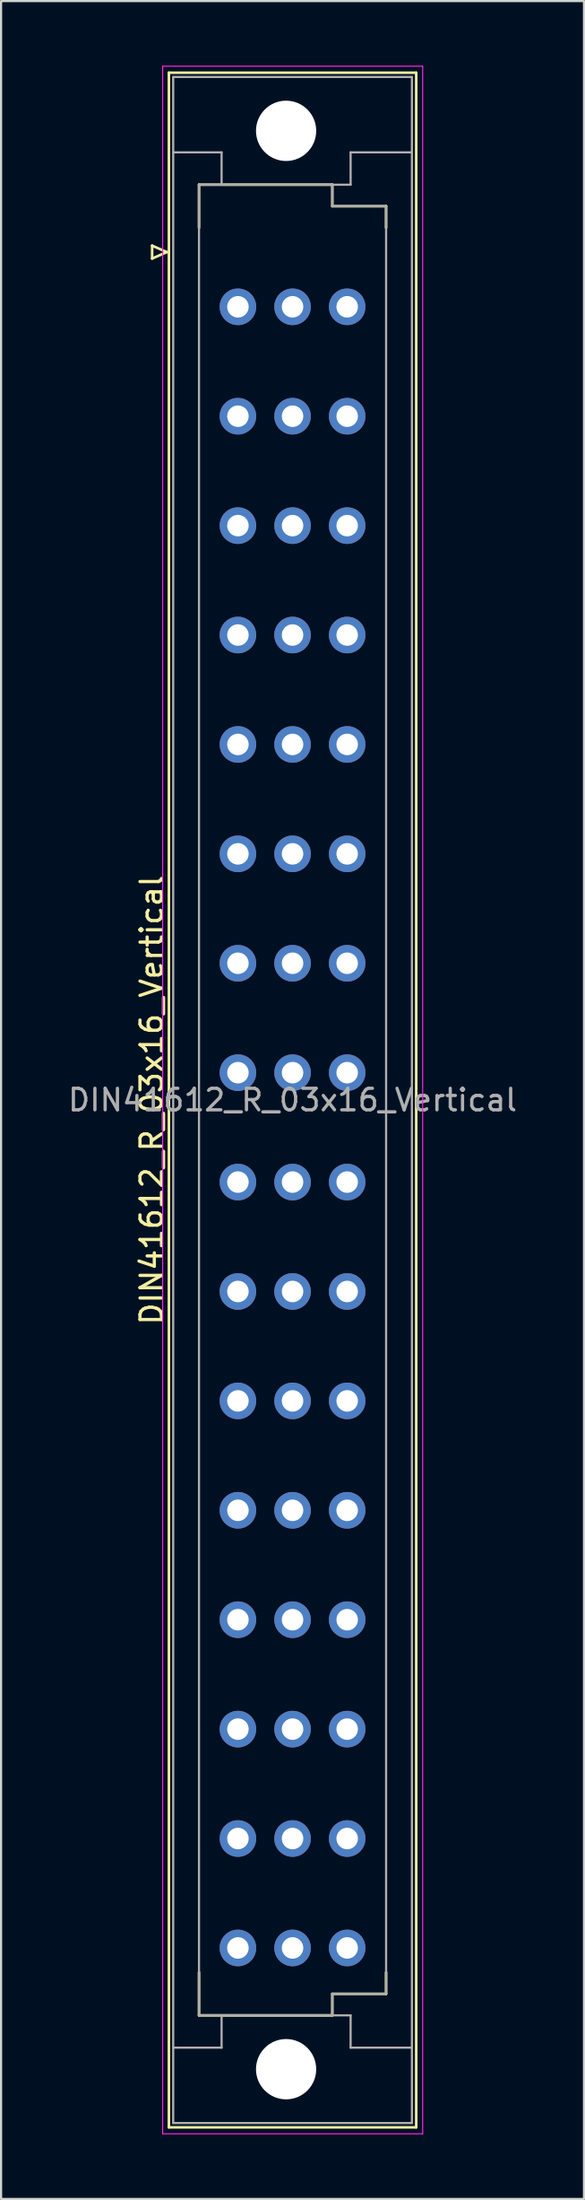
<source format=kicad_pcb>
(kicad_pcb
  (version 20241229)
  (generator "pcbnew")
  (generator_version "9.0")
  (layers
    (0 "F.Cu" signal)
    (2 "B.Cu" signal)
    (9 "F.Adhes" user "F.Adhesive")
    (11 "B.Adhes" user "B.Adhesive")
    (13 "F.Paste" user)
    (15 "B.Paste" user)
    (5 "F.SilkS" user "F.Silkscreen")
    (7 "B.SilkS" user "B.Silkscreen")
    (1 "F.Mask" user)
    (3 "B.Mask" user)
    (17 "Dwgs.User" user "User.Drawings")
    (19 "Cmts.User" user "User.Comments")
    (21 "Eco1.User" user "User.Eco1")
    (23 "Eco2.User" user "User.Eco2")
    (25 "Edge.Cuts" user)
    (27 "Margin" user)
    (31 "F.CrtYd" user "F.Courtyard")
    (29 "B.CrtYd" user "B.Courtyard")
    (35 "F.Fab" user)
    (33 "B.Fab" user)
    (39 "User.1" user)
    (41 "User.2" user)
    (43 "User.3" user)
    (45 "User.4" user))
  (footprint "DIN41612_R_03x16_Vertical"
    (layer "F.Cu")
    (at 8.014 8.655)
    (property "Reference" "DIN41612_R_03x16_Vertical" (at -4.01 39.37 90) (layer "F.SilkS") (effects (font (size 1 1) (thickness 0.15))))
    (attr through_hole)
    (fp_line (start -3.99 -0.3) (end -3.99 0.3) (stroke (width 0.12) (type solid)) (layer "F.SilkS"))
    (fp_line (start -3.99 0.3) (end -3.31 0) (stroke (width 0.12) (type solid)) (layer "F.SilkS"))
    (fp_line (start -3.31 0) (end -3.99 -0.3) (stroke (width 0.12) (type solid)) (layer "F.SilkS"))
    (fp_line (start -3.21 -8.33) (end 8.29 -8.33) (stroke (width 0.12) (type solid)) (layer "F.SilkS"))
    (fp_line (start -3.21 87.07) (end -3.21 -8.33) (stroke (width 0.12) (type solid)) (layer "F.SilkS"))
    (fp_line (start -1.81 -3.13) (end 4.39 -3.13) (stroke (width 0.12) (type solid)) (layer "F.SilkS"))
    (fp_line (start -1.81 -1.13) (end -1.81 -3.13) (stroke (width 0.12) (type solid)) (layer "F.SilkS"))
    (fp_line (start -1.81 79.87) (end -1.81 81.87) (stroke (width 0.12) (type solid)) (layer "F.SilkS"))
    (fp_line (start -1.81 81.87) (end 4.39 81.87) (stroke (width 0.12) (type solid)) (layer "F.SilkS"))
    (fp_line (start 4.39 -3.13) (end 4.39 -2.13) (stroke (width 0.12) (type solid)) (layer "F.SilkS"))
    (fp_line (start 4.39 -2.13) (end 6.89 -2.13) (stroke (width 0.12) (type solid)) (layer "F.SilkS"))
    (fp_line (start 4.39 80.87) (end 6.89 80.87) (stroke (width 0.12) (type solid)) (layer "F.SilkS"))
    (fp_line (start 4.39 81.87) (end 4.39 80.87) (stroke (width 0.12) (type solid)) (layer "F.SilkS"))
    (fp_line (start 6.89 -2.13) (end 6.89 -1.13) (stroke (width 0.12) (type solid)) (layer "F.SilkS"))
    (fp_line (start 6.89 80.87) (end 6.89 79.87) (stroke (width 0.12) (type solid)) (layer "F.SilkS"))
    (fp_line (start 8.29 -8.33) (end 8.29 87.07) (stroke (width 0.12) (type solid)) (layer "F.SilkS"))
    (fp_line (start 8.29 87.07) (end -3.21 87.07) (stroke (width 0.12) (type solid)) (layer "F.SilkS"))
    (fp_line (start -3.5 -8.63) (end 8.59 -8.63) (stroke (width 0.05) (type solid)) (layer "F.CrtYd"))
    (fp_line (start -3.5 87.37) (end -3.5 -8.63) (stroke (width 0.05) (type solid)) (layer "F.CrtYd"))
    (fp_line (start 8.59 -8.63) (end 8.59 87.37) (stroke (width 0.05) (type solid)) (layer "F.CrtYd"))
    (fp_line (start 8.59 87.37) (end -3.5 87.37) (stroke (width 0.05) (type solid)) (layer "F.CrtYd"))
    (fp_line (start -3.01 -8.13) (end 8.09 -8.13) (stroke (width 0.1) (type solid)) (layer "F.Fab"))
    (fp_line (start -3.01 -4.63) (end -0.76 -4.63) (stroke (width 0.1) (type solid)) (layer "F.Fab"))
    (fp_line (start -3.01 83.37) (end -0.76 83.37) (stroke (width 0.1) (type solid)) (layer "F.Fab"))
    (fp_line (start -3.01 86.87) (end -3.01 -8.13) (stroke (width 0.1) (type solid)) (layer "F.Fab"))
    (fp_line (start -1.81 -3.13) (end 4.39 -3.13) (stroke (width 0.1) (type solid)) (layer "F.Fab"))
    (fp_line (start -1.81 81.87) (end -1.81 -3.13) (stroke (width 0.1) (type solid)) (layer "F.Fab"))
    (fp_line (start -0.76 -4.63) (end -0.76 -3.13) (stroke (width 0.1) (type solid)) (layer "F.Fab"))
    (fp_line (start -0.76 -3.13) (end 5.24 -3.13) (stroke (width 0.1) (type solid)) (layer "F.Fab"))
    (fp_line (start -0.76 81.87) (end 5.24 81.87) (stroke (width 0.1) (type solid)) (layer "F.Fab"))
    (fp_line (start -0.76 83.37) (end -0.76 81.87) (stroke (width 0.1) (type solid)) (layer "F.Fab"))
    (fp_line (start 4.39 -3.13) (end 4.39 -2.13) (stroke (width 0.1) (type solid)) (layer "F.Fab"))
    (fp_line (start 4.39 -2.13) (end 6.89 -2.13) (stroke (width 0.1) (type solid)) (layer "F.Fab"))
    (fp_line (start 4.39 80.87) (end 4.39 81.87) (stroke (width 0.1) (type solid)) (layer "F.Fab"))
    (fp_line (start 4.39 81.87) (end -1.81 81.87) (stroke (width 0.1) (type solid)) (layer "F.Fab"))
    (fp_line (start 5.24 -4.63) (end 8.09 -4.63) (stroke (width 0.1) (type solid)) (layer "F.Fab"))
    (fp_line (start 5.24 -3.13) (end 5.24 -4.63) (stroke (width 0.1) (type solid)) (layer "F.Fab"))
    (fp_line (start 5.24 81.87) (end 5.24 83.37) (stroke (width 0.1) (type solid)) (layer "F.Fab"))
    (fp_line (start 5.24 83.37) (end 8.09 83.37) (stroke (width 0.1) (type solid)) (layer "F.Fab"))
    (fp_line (start 6.89 -2.13) (end 6.89 80.87) (stroke (width 0.1) (type solid)) (layer "F.Fab"))
    (fp_line (start 6.89 80.87) (end 4.39 80.87) (stroke (width 0.1) (type solid)) (layer "F.Fab"))
    (fp_line (start 8.09 -8.13) (end 8.09 86.87) (stroke (width 0.1) (type solid)) (layer "F.Fab"))
    (fp_line (start 8.09 86.87) (end -3.01 86.87) (stroke (width 0.1) (type solid)) (layer "F.Fab"))
    (fp_text user "${REFERENCE}" (at 2.54 39.37 0) (layer "F.Fab") (effects (font (size 1 1) (thickness 0.15))))
    (pad "" np_thru_hole circle (at 2.24 -5.63) (size 2.8 2.8) (drill 2.8) (layers "*.Cu" "*.Mask"))
    (pad "" np_thru_hole circle (at 2.24 84.37) (size 2.8 2.8) (drill 2.8) (layers "*.Cu" "*.Mask"))
    (pad "a2" thru_hole circle (at 0 2.54) (size 1.7 1.7) (drill 1) (layers "*.Cu" "*.Mask"))
    (pad "a4" thru_hole circle (at 0 7.62) (size 1.7 1.7) (drill 1) (layers "*.Cu" "*.Mask"))
    (pad "a6" thru_hole circle (at 0 12.7) (size 1.7 1.7) (drill 1) (layers "*.Cu" "*.Mask"))
    (pad "a8" thru_hole circle (at 0 17.78) (size 1.7 1.7) (drill 1) (layers "*.Cu" "*.Mask"))
    (pad "a10" thru_hole circle (at 0 22.86) (size 1.7 1.7) (drill 1) (layers "*.Cu" "*.Mask"))
    (pad "a12" thru_hole circle (at 0 27.94) (size 1.7 1.7) (drill 1) (layers "*.Cu" "*.Mask"))
    (pad "a14" thru_hole circle (at 0 33.02) (size 1.7 1.7) (drill 1) (layers "*.Cu" "*.Mask"))
    (pad "a16" thru_hole circle (at 0 38.1) (size 1.7 1.7) (drill 1) (layers "*.Cu" "*.Mask"))
    (pad "a18" thru_hole circle (at 0 43.18) (size 1.7 1.7) (drill 1) (layers "*.Cu" "*.Mask"))
    (pad "a20" thru_hole circle (at 0 48.26) (size 1.7 1.7) (drill 1) (layers "*.Cu" "*.Mask"))
    (pad "a22" thru_hole circle (at 0 53.34) (size 1.7 1.7) (drill 1) (layers "*.Cu" "*.Mask"))
    (pad "a24" thru_hole circle (at 0 58.42) (size 1.7 1.7) (drill 1) (layers "*.Cu" "*.Mask"))
    (pad "a26" thru_hole circle (at 0 63.5) (size 1.7 1.7) (drill 1) (layers "*.Cu" "*.Mask"))
    (pad "a28" thru_hole circle (at 0 68.58) (size 1.7 1.7) (drill 1) (layers "*.Cu" "*.Mask"))
    (pad "a30" thru_hole circle (at 0 73.66) (size 1.7 1.7) (drill 1) (layers "*.Cu" "*.Mask"))
    (pad "a32" thru_hole circle (at 0 78.74) (size 1.7 1.7) (drill 1) (layers "*.Cu" "*.Mask"))
    (pad "b2" thru_hole circle (at 2.54 2.54) (size 1.7 1.7) (drill 1) (layers "*.Cu" "*.Mask"))
    (pad "b4" thru_hole circle (at 2.54 7.62) (size 1.7 1.7) (drill 1) (layers "*.Cu" "*.Mask"))
    (pad "b6" thru_hole circle (at 2.54 12.7) (size 1.7 1.7) (drill 1) (layers "*.Cu" "*.Mask"))
    (pad "b8" thru_hole circle (at 2.54 17.78) (size 1.7 1.7) (drill 1) (layers "*.Cu" "*.Mask"))
    (pad "b10" thru_hole circle (at 2.54 22.86) (size 1.7 1.7) (drill 1) (layers "*.Cu" "*.Mask"))
    (pad "b12" thru_hole circle (at 2.54 27.94) (size 1.7 1.7) (drill 1) (layers "*.Cu" "*.Mask"))
    (pad "b14" thru_hole circle (at 2.54 33.02) (size 1.7 1.7) (drill 1) (layers "*.Cu" "*.Mask"))
    (pad "b16" thru_hole circle (at 2.54 38.1) (size 1.7 1.7) (drill 1) (layers "*.Cu" "*.Mask"))
    (pad "b18" thru_hole circle (at 2.54 43.18) (size 1.7 1.7) (drill 1) (layers "*.Cu" "*.Mask"))
    (pad "b20" thru_hole circle (at 2.54 48.26) (size 1.7 1.7) (drill 1) (layers "*.Cu" "*.Mask"))
    (pad "b22" thru_hole circle (at 2.54 53.34) (size 1.7 1.7) (drill 1) (layers "*.Cu" "*.Mask"))
    (pad "b24" thru_hole circle (at 2.54 58.42) (size 1.7 1.7) (drill 1) (layers "*.Cu" "*.Mask"))
    (pad "b26" thru_hole circle (at 2.54 63.5) (size 1.7 1.7) (drill 1) (layers "*.Cu" "*.Mask"))
    (pad "b28" thru_hole circle (at 2.54 68.58) (size 1.7 1.7) (drill 1) (layers "*.Cu" "*.Mask"))
    (pad "b30" thru_hole circle (at 2.54 73.66) (size 1.7 1.7) (drill 1) (layers "*.Cu" "*.Mask"))
    (pad "b32" thru_hole circle (at 2.54 78.74) (size 1.7 1.7) (drill 1) (layers "*.Cu" "*.Mask"))
    (pad "c2" thru_hole circle (at 5.08 2.54) (size 1.7 1.7) (drill 1) (layers "*.Cu" "*.Mask"))
    (pad "c4" thru_hole circle (at 5.08 7.62) (size 1.7 1.7) (drill 1) (layers "*.Cu" "*.Mask"))
    (pad "c6" thru_hole circle (at 5.08 12.7) (size 1.7 1.7) (drill 1) (layers "*.Cu" "*.Mask"))
    (pad "c8" thru_hole circle (at 5.08 17.78) (size 1.7 1.7) (drill 1) (layers "*.Cu" "*.Mask"))
    (pad "c10" thru_hole circle (at 5.08 22.86) (size 1.7 1.7) (drill 1) (layers "*.Cu" "*.Mask"))
    (pad "c12" thru_hole circle (at 5.08 27.94) (size 1.7 1.7) (drill 1) (layers "*.Cu" "*.Mask"))
    (pad "c14" thru_hole circle (at 5.08 33.02) (size 1.7 1.7) (drill 1) (layers "*.Cu" "*.Mask"))
    (pad "c16" thru_hole circle (at 5.08 38.1) (size 1.7 1.7) (drill 1) (layers "*.Cu" "*.Mask"))
    (pad "c18" thru_hole circle (at 5.08 43.18) (size 1.7 1.7) (drill 1) (layers "*.Cu" "*.Mask"))
    (pad "c20" thru_hole circle (at 5.08 48.26) (size 1.7 1.7) (drill 1) (layers "*.Cu" "*.Mask"))
    (pad "c22" thru_hole circle (at 5.08 53.34) (size 1.7 1.7) (drill 1) (layers "*.Cu" "*.Mask"))
    (pad "c24" thru_hole circle (at 5.08 58.42) (size 1.7 1.7) (drill 1) (layers "*.Cu" "*.Mask"))
    (pad "c26" thru_hole circle (at 5.08 63.5) (size 1.7 1.7) (drill 1) (layers "*.Cu" "*.Mask"))
    (pad "c28" thru_hole circle (at 5.08 68.58) (size 1.7 1.7) (drill 1) (layers "*.Cu" "*.Mask"))
    (pad "c30" thru_hole circle (at 5.08 73.66) (size 1.7 1.7) (drill 1) (layers "*.Cu" "*.Mask"))
    (pad "c32" thru_hole circle (at 5.08 78.74) (size 1.7 1.7) (drill 1) (layers "*.Cu" "*.Mask")))
  (gr_rect
    (start -3 -3)
    (end 24.107 99.05)
    (stroke (width 0.1) (type default))
    (fill no)
    (layer "Edge.Cuts")))
</source>
